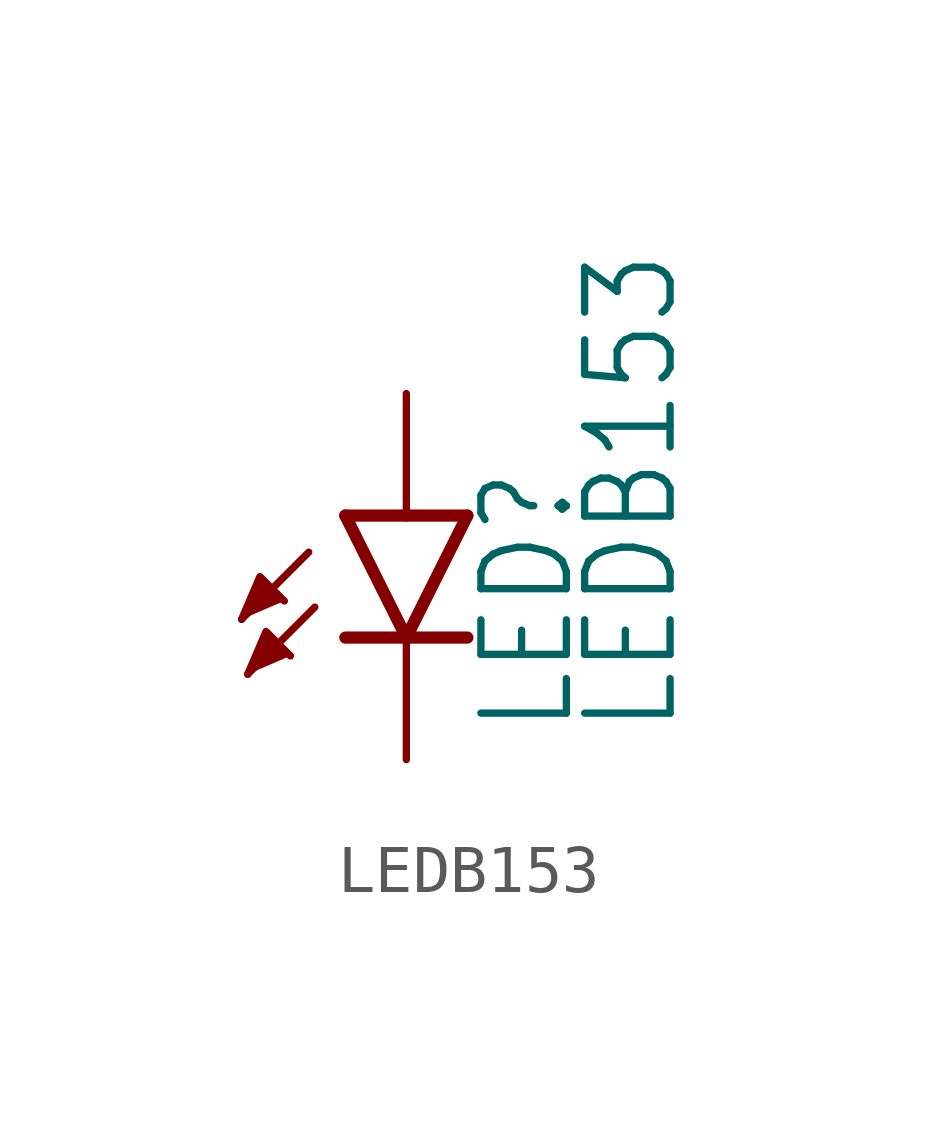
<source format=kicad_sym>
(kicad_symbol_lib
  (version 20200126)
  (host kicad_symbol_editor "(5.99.0-2281-g2f31bf278-dirty)")
  (symbol "LEDB153"
    (property "Reference" "LED"
      (at 3.556 -4.572 90)
      (effects (font (size 1.778 1.511)) (justify left bottom)))
    (property "Value" "LEDB153"
      (at 5.715 -4.572 90)
      (effects (font (size 1.778 1.511)) (justify left bottom)))
    (property "ki_locked" ""
      (at 0 0 0)
      (effects (font (size 1.27 1.27))))
    (symbol "LEDB153_1_0"
      (polyline (pts (xy 1.27 0) (xy 0 -2.54)) (stroke (width 0.254)) (fill (type none)))
      (polyline (pts (xy 0 -2.54) (xy -1.27 0)) (stroke (width 0.254)) (fill (type none)))
      (polyline (pts (xy 1.27 -2.54) (xy 0 -2.54)) (stroke (width 0.254)) (fill (type none)))
      (polyline (pts (xy 0 -2.54) (xy -1.27 -2.54)) (stroke (width 0.254)) (fill (type none)))
      (polyline (pts (xy 1.27 0) (xy 0 0)) (stroke (width 0.254)) (fill (type none)))
      (polyline (pts (xy 0 0) (xy -1.27 0)) (stroke (width 0.254)) (fill (type none)))
      (polyline (pts (xy -2.032 -0.762) (xy -3.429 -2.159)) (stroke (width 0.152)) (fill (type none)))
      (polyline (pts (xy -1.905 -1.905) (xy -3.302 -3.302)) (stroke (width 0.152)) (fill (type none)))
      (polyline (pts (xy -3.429 -2.159) (xy -3.048 -1.27) (xy -2.54 -1.778)) (stroke (width 0)) (fill (type outline)))
      (polyline (pts (xy -3.302 -3.302) (xy -2.921 -2.413) (xy -2.413 -2.921)) (stroke (width 0)) (fill (type outline)))
      (pin passive line (at 0 -5.08 90) (length 2.54) (name "C" (effects (font (size 0 0)))) (number "K" (effects (font (size 0 0)))))
      (pin passive line (at 0 2.54 270) (length 2.54) (name "A" (effects (font (size 0 0)))) (number "A" (effects (font (size 0 0))))))))
</source>
